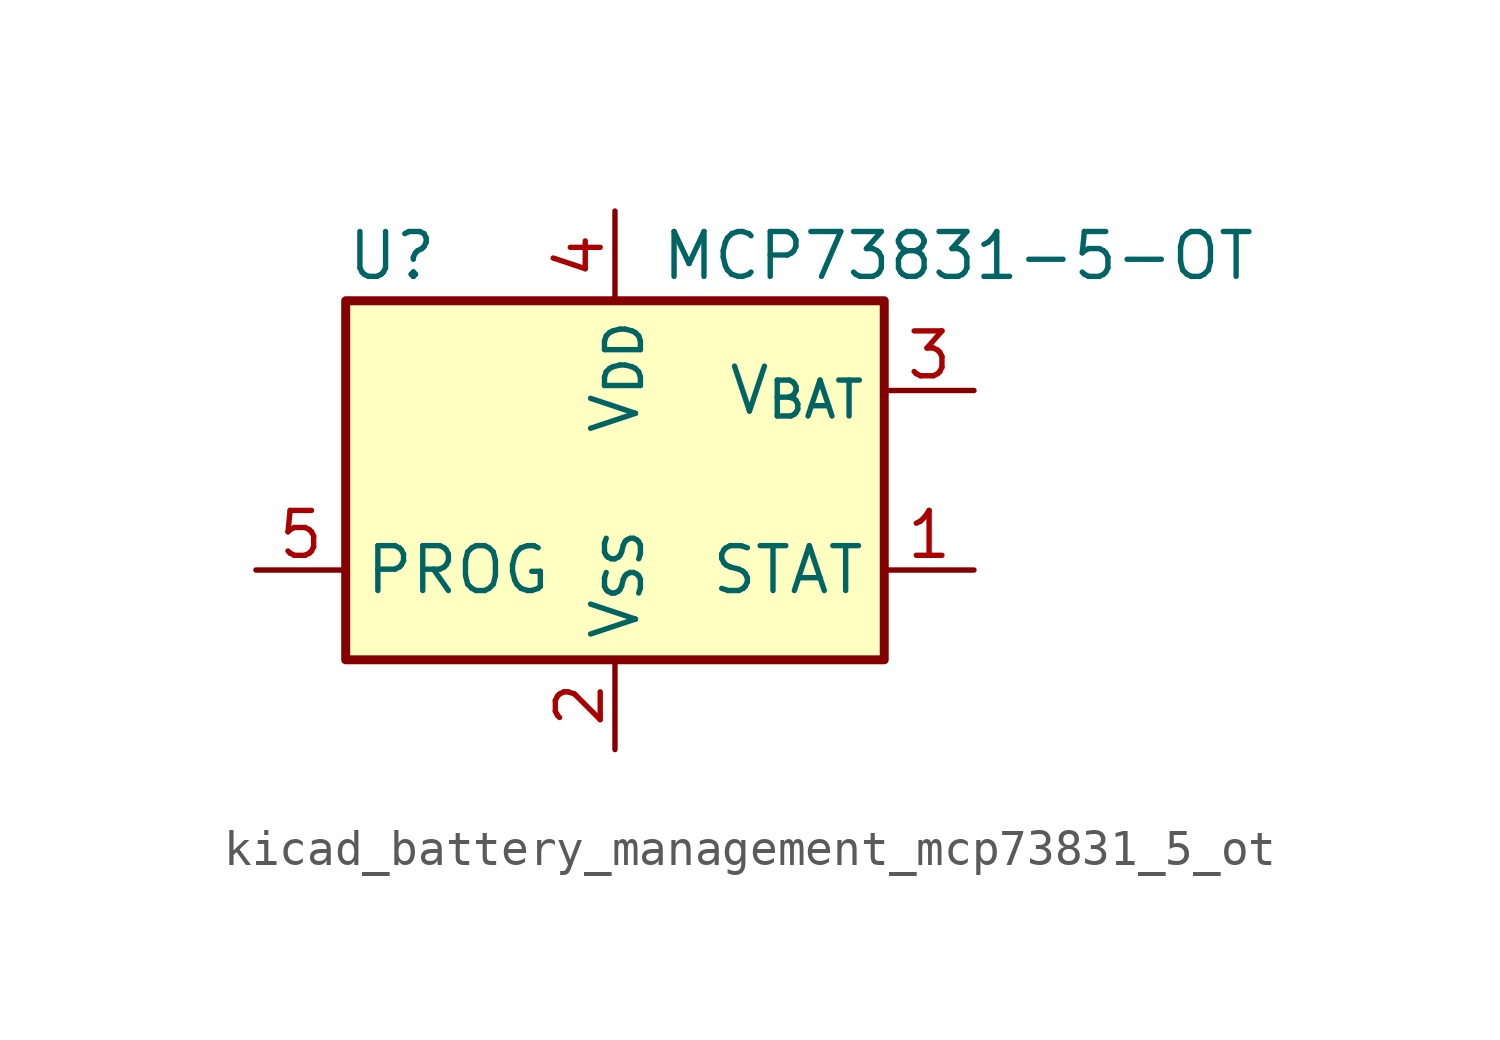
<source format=kicad_sym>
(kicad_symbol_lib
  (version 20220914)
  (generator kicad_symbol_editor)
  (symbol "kicad_battery_management_mcp73831_5_ot"
    (property "Reference" "U"
      (at -7.62 6.35 0)
      (effects (font (size 1.27 1.27)) (justify left)))
    (property "Value" "MCP73831-5-OT"
      (at 1.27 6.35 0)
      (effects (font (size 1.27 1.27)) (justify left)))
    (symbol "kicad_battery_management_mcp73831_5_ot_0_1"
      (rectangle (start -7.62 5.08) (end 7.62 -5.08) (stroke (width 0.254) (type default)) (fill (type background))))
    (symbol "kicad_battery_management_mcp73831_5_ot_1_1"
      (pin output line (at 10.16 -2.54 180) (length 2.54) (name "STAT" (effects (font (size 1.27 1.27)))) (number "1" (effects (font (size 1.27 1.27)))))
      (pin power_in line (at 0 -7.62 90) (length 2.54) (name "V_{SS}" (effects (font (size 1.27 1.27)))) (number "2" (effects (font (size 1.27 1.27)))))
      (pin power_out line (at 10.16 2.54 180) (length 2.54) (name "V_{BAT}" (effects (font (size 1.27 1.27)))) (number "3" (effects (font (size 1.27 1.27)))))
      (pin power_in line (at 0 7.62 270) (length 2.54) (name "V_{DD}" (effects (font (size 1.27 1.27)))) (number "4" (effects (font (size 1.27 1.27)))))
      (pin input line (at -10.16 -2.54 0) (length 2.54) (name "PROG" (effects (font (size 1.27 1.27)))) (number "5" (effects (font (size 1.27 1.27))))))))
</source>
